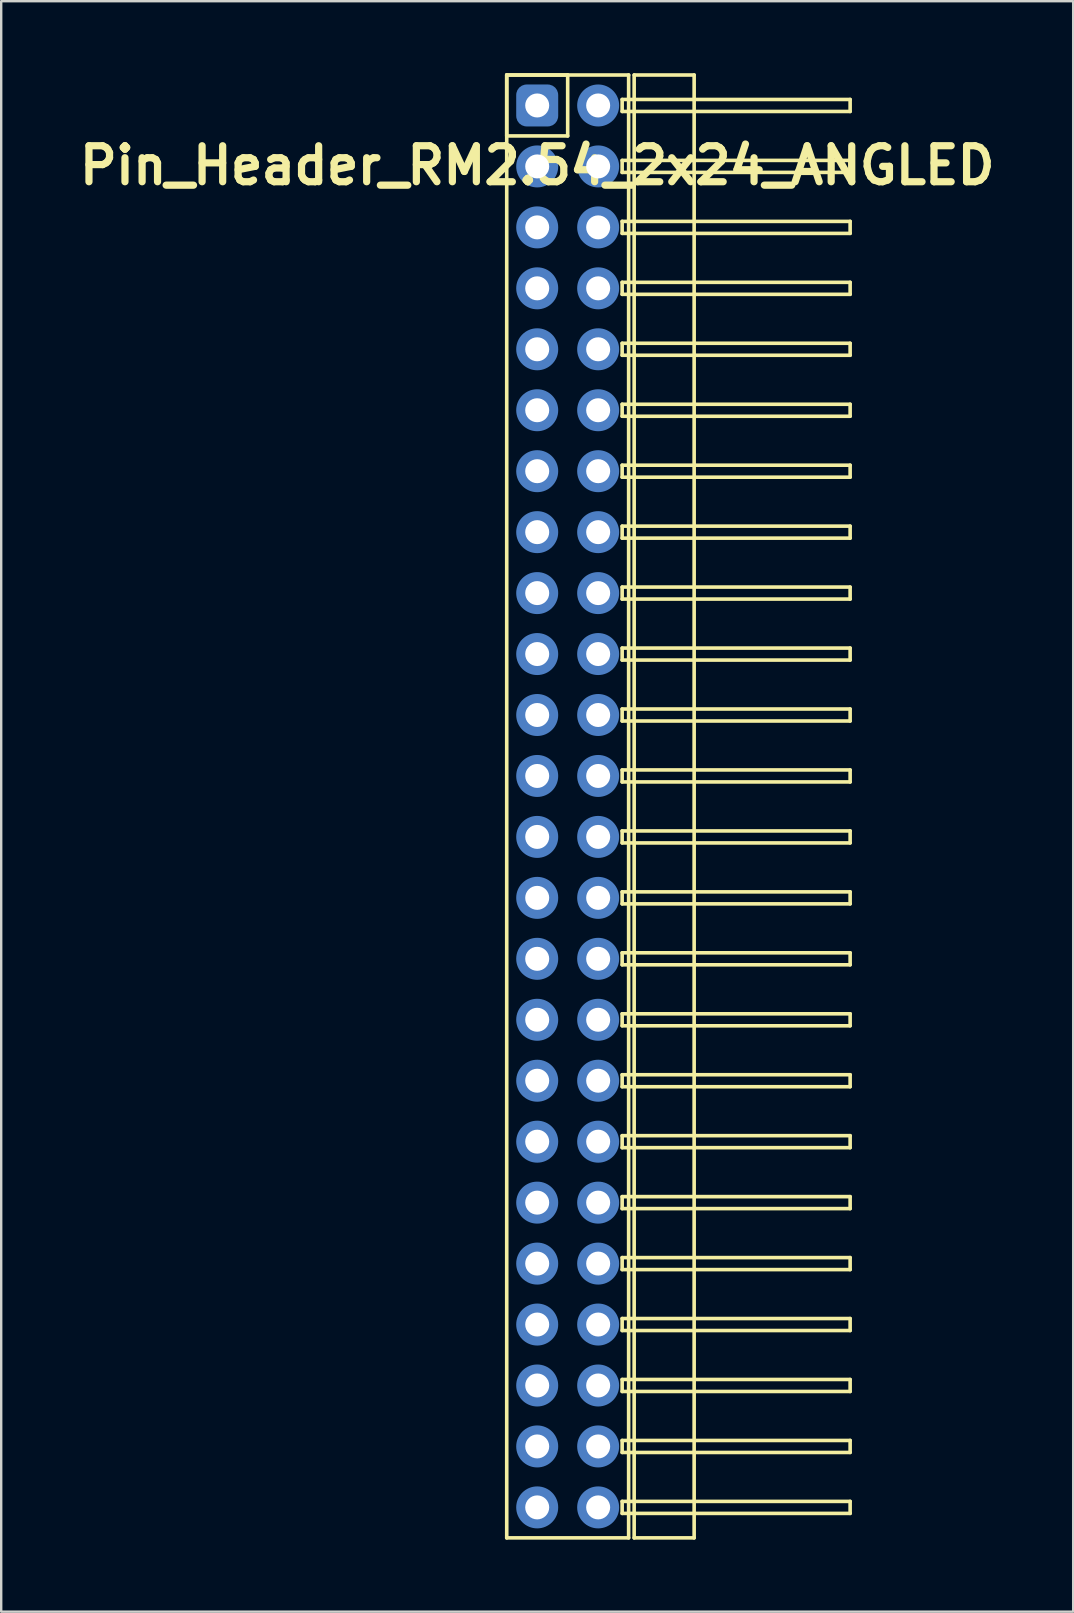
<source format=kicad_pcb>
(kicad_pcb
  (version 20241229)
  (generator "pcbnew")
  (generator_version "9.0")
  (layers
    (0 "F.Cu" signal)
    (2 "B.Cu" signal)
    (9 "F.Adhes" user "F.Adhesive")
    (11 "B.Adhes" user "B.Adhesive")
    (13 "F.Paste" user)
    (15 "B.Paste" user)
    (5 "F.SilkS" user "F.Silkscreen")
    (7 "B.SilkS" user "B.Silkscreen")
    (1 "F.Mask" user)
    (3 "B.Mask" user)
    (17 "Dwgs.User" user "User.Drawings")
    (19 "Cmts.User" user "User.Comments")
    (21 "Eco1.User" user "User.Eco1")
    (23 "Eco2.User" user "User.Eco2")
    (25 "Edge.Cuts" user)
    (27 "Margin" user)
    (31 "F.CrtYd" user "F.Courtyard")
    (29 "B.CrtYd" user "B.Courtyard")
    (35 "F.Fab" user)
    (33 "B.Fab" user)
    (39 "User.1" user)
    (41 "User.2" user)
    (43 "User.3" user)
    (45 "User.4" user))
  (footprint "Pin_Header_RM2.54_2x24_ANGLED"
    (layer "F.Cu")
    (at 19.336 1.345)
    (property "Reference" "Pin_Header_RM2.54_2x24_ANGLED" (at 0 2.5 0) (layer "F.SilkS") (effects (font (size 1.5 1.5) (thickness 0.3))))
    (attr through_hole)
    (fp_line (start -1.27 -1.27) (end 1.27 -1.27) (stroke (width 0.15) (type solid)) (layer "F.SilkS"))
    (fp_line (start -1.27 -1.27) (end 3.81 -1.27) (stroke (width 0.15) (type solid)) (layer "F.SilkS"))
    (fp_line (start -1.27 1.27) (end -1.27 -1.27) (stroke (width 0.15) (type solid)) (layer "F.SilkS"))
    (fp_line (start -1.27 59.69) (end -1.27 -1.27) (stroke (width 0.15) (type solid)) (layer "F.SilkS"))
    (fp_line (start 1.27 -1.27) (end 1.27 1.27) (stroke (width 0.15) (type solid)) (layer "F.SilkS"))
    (fp_line (start 1.27 1.27) (end -1.27 1.27) (stroke (width 0.15) (type solid)) (layer "F.SilkS"))
    (fp_line (start 3.54 -0.25) (end 13.04 -0.25) (stroke (width 0.15) (type solid)) (layer "F.SilkS"))
    (fp_line (start 3.54 0.25) (end 3.54 -0.25) (stroke (width 0.15) (type solid)) (layer "F.SilkS"))
    (fp_line (start 3.54 2.29) (end 13.04 2.29) (stroke (width 0.15) (type solid)) (layer "F.SilkS"))
    (fp_line (start 3.54 2.79) (end 3.54 2.29) (stroke (width 0.15) (type solid)) (layer "F.SilkS"))
    (fp_line (start 3.54 4.83) (end 13.04 4.83) (stroke (width 0.15) (type solid)) (layer "F.SilkS"))
    (fp_line (start 3.54 5.33) (end 3.54 4.83) (stroke (width 0.15) (type solid)) (layer "F.SilkS"))
    (fp_line (start 3.54 7.37) (end 13.04 7.37) (stroke (width 0.15) (type solid)) (layer "F.SilkS"))
    (fp_line (start 3.54 7.87) (end 3.54 7.37) (stroke (width 0.15) (type solid)) (layer "F.SilkS"))
    (fp_line (start 3.54 9.91) (end 13.04 9.91) (stroke (width 0.15) (type solid)) (layer "F.SilkS"))
    (fp_line (start 3.54 10.41) (end 3.54 9.91) (stroke (width 0.15) (type solid)) (layer "F.SilkS"))
    (fp_line (start 3.54 12.45) (end 13.04 12.45) (stroke (width 0.15) (type solid)) (layer "F.SilkS"))
    (fp_line (start 3.54 12.95) (end 3.54 12.45) (stroke (width 0.15) (type solid)) (layer "F.SilkS"))
    (fp_line (start 3.54 14.99) (end 13.04 14.99) (stroke (width 0.15) (type solid)) (layer "F.SilkS"))
    (fp_line (start 3.54 15.49) (end 3.54 14.99) (stroke (width 0.15) (type solid)) (layer "F.SilkS"))
    (fp_line (start 3.54 17.53) (end 13.04 17.53) (stroke (width 0.15) (type solid)) (layer "F.SilkS"))
    (fp_line (start 3.54 18.03) (end 3.54 17.53) (stroke (width 0.15) (type solid)) (layer "F.SilkS"))
    (fp_line (start 3.54 20.07) (end 13.04 20.07) (stroke (width 0.15) (type solid)) (layer "F.SilkS"))
    (fp_line (start 3.54 20.57) (end 3.54 20.07) (stroke (width 0.15) (type solid)) (layer "F.SilkS"))
    (fp_line (start 3.54 22.61) (end 13.04 22.61) (stroke (width 0.15) (type solid)) (layer "F.SilkS"))
    (fp_line (start 3.54 23.11) (end 3.54 22.61) (stroke (width 0.15) (type solid)) (layer "F.SilkS"))
    (fp_line (start 3.54 25.15) (end 13.04 25.15) (stroke (width 0.15) (type solid)) (layer "F.SilkS"))
    (fp_line (start 3.54 25.65) (end 3.54 25.15) (stroke (width 0.15) (type solid)) (layer "F.SilkS"))
    (fp_line (start 3.54 27.69) (end 13.04 27.69) (stroke (width 0.15) (type solid)) (layer "F.SilkS"))
    (fp_line (start 3.54 28.19) (end 3.54 27.69) (stroke (width 0.15) (type solid)) (layer "F.SilkS"))
    (fp_line (start 3.54 30.23) (end 13.04 30.23) (stroke (width 0.15) (type solid)) (layer "F.SilkS"))
    (fp_line (start 3.54 30.73) (end 3.54 30.23) (stroke (width 0.15) (type solid)) (layer "F.SilkS"))
    (fp_line (start 3.54 32.77) (end 13.04 32.77) (stroke (width 0.15) (type solid)) (layer "F.SilkS"))
    (fp_line (start 3.54 33.27) (end 3.54 32.77) (stroke (width 0.15) (type solid)) (layer "F.SilkS"))
    (fp_line (start 3.54 35.31) (end 13.04 35.31) (stroke (width 0.15) (type solid)) (layer "F.SilkS"))
    (fp_line (start 3.54 35.81) (end 3.54 35.31) (stroke (width 0.15) (type solid)) (layer "F.SilkS"))
    (fp_line (start 3.54 37.85) (end 13.04 37.85) (stroke (width 0.15) (type solid)) (layer "F.SilkS"))
    (fp_line (start 3.54 38.35) (end 3.54 37.85) (stroke (width 0.15) (type solid)) (layer "F.SilkS"))
    (fp_line (start 3.54 40.39) (end 13.04 40.39) (stroke (width 0.15) (type solid)) (layer "F.SilkS"))
    (fp_line (start 3.54 40.89) (end 3.54 40.39) (stroke (width 0.15) (type solid)) (layer "F.SilkS"))
    (fp_line (start 3.54 42.93) (end 13.04 42.93) (stroke (width 0.15) (type solid)) (layer "F.SilkS"))
    (fp_line (start 3.54 43.43) (end 3.54 42.93) (stroke (width 0.15) (type solid)) (layer "F.SilkS"))
    (fp_line (start 3.54 45.47) (end 13.04 45.47) (stroke (width 0.15) (type solid)) (layer "F.SilkS"))
    (fp_line (start 3.54 45.97) (end 3.54 45.47) (stroke (width 0.15) (type solid)) (layer "F.SilkS"))
    (fp_line (start 3.54 48.01) (end 13.04 48.01) (stroke (width 0.15) (type solid)) (layer "F.SilkS"))
    (fp_line (start 3.54 48.51) (end 3.54 48.01) (stroke (width 0.15) (type solid)) (layer "F.SilkS"))
    (fp_line (start 3.54 50.55) (end 13.04 50.55) (stroke (width 0.15) (type solid)) (layer "F.SilkS"))
    (fp_line (start 3.54 51.05) (end 3.54 50.55) (stroke (width 0.15) (type solid)) (layer "F.SilkS"))
    (fp_line (start 3.54 53.09) (end 13.04 53.09) (stroke (width 0.15) (type solid)) (layer "F.SilkS"))
    (fp_line (start 3.54 53.59) (end 3.54 53.09) (stroke (width 0.15) (type solid)) (layer "F.SilkS"))
    (fp_line (start 3.54 55.63) (end 13.04 55.63) (stroke (width 0.15) (type solid)) (layer "F.SilkS"))
    (fp_line (start 3.54 56.13) (end 3.54 55.63) (stroke (width 0.15) (type solid)) (layer "F.SilkS"))
    (fp_line (start 3.54 58.17) (end 13.04 58.17) (stroke (width 0.15) (type solid)) (layer "F.SilkS"))
    (fp_line (start 3.54 58.67) (end 3.54 58.17) (stroke (width 0.15) (type solid)) (layer "F.SilkS"))
    (fp_line (start 3.81 -1.27) (end 3.81 59.69) (stroke (width 0.15) (type solid)) (layer "F.SilkS"))
    (fp_line (start 3.81 59.69) (end -1.27 59.69) (stroke (width 0.15) (type solid)) (layer "F.SilkS"))
    (fp_line (start 4.04 -1.27) (end 6.54 -1.27) (stroke (width 0.15) (type solid)) (layer "F.SilkS"))
    (fp_line (start 4.04 59.69) (end 4.04 -1.27) (stroke (width 0.15) (type solid)) (layer "F.SilkS"))
    (fp_line (start 6.54 -1.27) (end 6.54 59.69) (stroke (width 0.15) (type solid)) (layer "F.SilkS"))
    (fp_line (start 6.54 59.69) (end 4.04 59.69) (stroke (width 0.15) (type solid)) (layer "F.SilkS"))
    (fp_line (start 13.04 -0.25) (end 13.04 0.25) (stroke (width 0.15) (type solid)) (layer "F.SilkS"))
    (fp_line (start 13.04 0.25) (end 3.54 0.25) (stroke (width 0.15) (type solid)) (layer "F.SilkS"))
    (fp_line (start 13.04 2.29) (end 13.04 2.79) (stroke (width 0.15) (type solid)) (layer "F.SilkS"))
    (fp_line (start 13.04 2.79) (end 3.54 2.79) (stroke (width 0.15) (type solid)) (layer "F.SilkS"))
    (fp_line (start 13.04 4.83) (end 13.04 5.33) (stroke (width 0.15) (type solid)) (layer "F.SilkS"))
    (fp_line (start 13.04 5.33) (end 3.54 5.33) (stroke (width 0.15) (type solid)) (layer "F.SilkS"))
    (fp_line (start 13.04 7.37) (end 13.04 7.87) (stroke (width 0.15) (type solid)) (layer "F.SilkS"))
    (fp_line (start 13.04 7.87) (end 3.54 7.87) (stroke (width 0.15) (type solid)) (layer "F.SilkS"))
    (fp_line (start 13.04 9.91) (end 13.04 10.41) (stroke (width 0.15) (type solid)) (layer "F.SilkS"))
    (fp_line (start 13.04 10.41) (end 3.54 10.41) (stroke (width 0.15) (type solid)) (layer "F.SilkS"))
    (fp_line (start 13.04 12.45) (end 13.04 12.95) (stroke (width 0.15) (type solid)) (layer "F.SilkS"))
    (fp_line (start 13.04 12.95) (end 3.54 12.95) (stroke (width 0.15) (type solid)) (layer "F.SilkS"))
    (fp_line (start 13.04 14.99) (end 13.04 15.49) (stroke (width 0.15) (type solid)) (layer "F.SilkS"))
    (fp_line (start 13.04 15.49) (end 3.54 15.49) (stroke (width 0.15) (type solid)) (layer "F.SilkS"))
    (fp_line (start 13.04 17.53) (end 13.04 18.03) (stroke (width 0.15) (type solid)) (layer "F.SilkS"))
    (fp_line (start 13.04 18.03) (end 3.54 18.03) (stroke (width 0.15) (type solid)) (layer "F.SilkS"))
    (fp_line (start 13.04 20.07) (end 13.04 20.57) (stroke (width 0.15) (type solid)) (layer "F.SilkS"))
    (fp_line (start 13.04 20.57) (end 3.54 20.57) (stroke (width 0.15) (type solid)) (layer "F.SilkS"))
    (fp_line (start 13.04 22.61) (end 13.04 23.11) (stroke (width 0.15) (type solid)) (layer "F.SilkS"))
    (fp_line (start 13.04 23.11) (end 3.54 23.11) (stroke (width 0.15) (type solid)) (layer "F.SilkS"))
    (fp_line (start 13.04 25.15) (end 13.04 25.65) (stroke (width 0.15) (type solid)) (layer "F.SilkS"))
    (fp_line (start 13.04 25.65) (end 3.54 25.65) (stroke (width 0.15) (type solid)) (layer "F.SilkS"))
    (fp_line (start 13.04 27.69) (end 13.04 28.19) (stroke (width 0.15) (type solid)) (layer "F.SilkS"))
    (fp_line (start 13.04 28.19) (end 3.54 28.19) (stroke (width 0.15) (type solid)) (layer "F.SilkS"))
    (fp_line (start 13.04 30.23) (end 13.04 30.73) (stroke (width 0.15) (type solid)) (layer "F.SilkS"))
    (fp_line (start 13.04 30.73) (end 3.54 30.73) (stroke (width 0.15) (type solid)) (layer "F.SilkS"))
    (fp_line (start 13.04 32.77) (end 13.04 33.27) (stroke (width 0.15) (type solid)) (layer "F.SilkS"))
    (fp_line (start 13.04 33.27) (end 3.54 33.27) (stroke (width 0.15) (type solid)) (layer "F.SilkS"))
    (fp_line (start 13.04 35.31) (end 13.04 35.81) (stroke (width 0.15) (type solid)) (layer "F.SilkS"))
    (fp_line (start 13.04 35.81) (end 3.54 35.81) (stroke (width 0.15) (type solid)) (layer "F.SilkS"))
    (fp_line (start 13.04 37.85) (end 13.04 38.35) (stroke (width 0.15) (type solid)) (layer "F.SilkS"))
    (fp_line (start 13.04 38.35) (end 3.54 38.35) (stroke (width 0.15) (type solid)) (layer "F.SilkS"))
    (fp_line (start 13.04 40.39) (end 13.04 40.89) (stroke (width 0.15) (type solid)) (layer "F.SilkS"))
    (fp_line (start 13.04 40.89) (end 3.54 40.89) (stroke (width 0.15) (type solid)) (layer "F.SilkS"))
    (fp_line (start 13.04 42.93) (end 13.04 43.43) (stroke (width 0.15) (type solid)) (layer "F.SilkS"))
    (fp_line (start 13.04 43.43) (end 3.54 43.43) (stroke (width 0.15) (type solid)) (layer "F.SilkS"))
    (fp_line (start 13.04 45.47) (end 13.04 45.97) (stroke (width 0.15) (type solid)) (layer "F.SilkS"))
    (fp_line (start 13.04 45.97) (end 3.54 45.97) (stroke (width 0.15) (type solid)) (layer "F.SilkS"))
    (fp_line (start 13.04 48.01) (end 13.04 48.51) (stroke (width 0.15) (type solid)) (layer "F.SilkS"))
    (fp_line (start 13.04 48.51) (end 3.54 48.51) (stroke (width 0.15) (type solid)) (layer "F.SilkS"))
    (fp_line (start 13.04 50.55) (end 13.04 51.05) (stroke (width 0.15) (type solid)) (layer "F.SilkS"))
    (fp_line (start 13.04 51.05) (end 3.54 51.05) (stroke (width 0.15) (type solid)) (layer "F.SilkS"))
    (fp_line (start 13.04 53.09) (end 13.04 53.59) (stroke (width 0.15) (type solid)) (layer "F.SilkS"))
    (fp_line (start 13.04 53.59) (end 3.54 53.59) (stroke (width 0.15) (type solid)) (layer "F.SilkS"))
    (fp_line (start 13.04 55.63) (end 13.04 56.13) (stroke (width 0.15) (type solid)) (layer "F.SilkS"))
    (fp_line (start 13.04 56.13) (end 3.54 56.13) (stroke (width 0.15) (type solid)) (layer "F.SilkS"))
    (fp_line (start 13.04 58.17) (end 13.04 58.67) (stroke (width 0.15) (type solid)) (layer "F.SilkS"))
    (fp_line (start 13.04 58.67) (end 3.54 58.67) (stroke (width 0.15) (type solid)) (layer "F.SilkS"))
    (pad "1" thru_hole circle (at 0 0) (size 1.3 1.3) (drill 1) (layers "*.Cu" "*.Mask"))
    (pad "1" smd roundrect (at 0 0) (size 1.5 1.5) (layers "F.Cu" "F.Mask") (roundrect_rratio 0.25))
    (pad "1" smd roundrect (at 0 0) (size 1.75 1.75) (layers "B.Cu" "B.Mask") (roundrect_rratio 0.25))
    (pad "2" thru_hole circle (at 2.54 0) (size 1.3 1.3) (drill 1) (layers "*.Cu" "*.Mask"))
    (pad "2" smd circle (at 2.54 0) (size 1.5 1.5) (layers "F.Cu" "F.Mask"))
    (pad "2" smd circle (at 2.54 0) (size 1.75 1.75) (layers "B.Cu" "B.Mask"))
    (pad "3" thru_hole circle (at 0 2.54) (size 1.3 1.3) (drill 1) (layers "*.Cu" "*.Mask"))
    (pad "3" smd circle (at 0 2.54) (size 1.5 1.5) (layers "F.Cu" "F.Mask"))
    (pad "3" smd circle (at 0 2.54) (size 1.75 1.75) (layers "B.Cu" "B.Mask"))
    (pad "4" thru_hole circle (at 2.54 2.54) (size 1.3 1.3) (drill 1) (layers "*.Cu" "*.Mask"))
    (pad "4" smd circle (at 2.54 2.54) (size 1.5 1.5) (layers "F.Cu" "F.Mask"))
    (pad "4" smd circle (at 2.54 2.54) (size 1.75 1.75) (layers "B.Cu" "B.Mask"))
    (pad "5" thru_hole circle (at 0 5.08) (size 1.3 1.3) (drill 1) (layers "*.Cu" "*.Mask"))
    (pad "5" smd circle (at 0 5.08) (size 1.5 1.5) (layers "F.Cu" "F.Mask"))
    (pad "5" smd circle (at 0 5.08) (size 1.75 1.75) (layers "B.Cu" "B.Mask"))
    (pad "6" thru_hole circle (at 2.54 5.08) (size 1.3 1.3) (drill 1) (layers "*.Cu" "*.Mask"))
    (pad "6" smd circle (at 2.54 5.08) (size 1.5 1.5) (layers "F.Cu" "F.Mask"))
    (pad "6" smd circle (at 2.54 5.08) (size 1.75 1.75) (layers "B.Cu" "B.Mask"))
    (pad "7" thru_hole circle (at 0 7.62) (size 1.3 1.3) (drill 1) (layers "*.Cu" "*.Mask"))
    (pad "7" smd circle (at 0 7.62) (size 1.5 1.5) (layers "F.Cu" "F.Mask"))
    (pad "7" smd circle (at 0 7.62) (size 1.75 1.75) (layers "B.Cu" "B.Mask"))
    (pad "8" thru_hole circle (at 2.54 7.62) (size 1.3 1.3) (drill 1) (layers "*.Cu" "*.Mask"))
    (pad "8" smd circle (at 2.54 7.62) (size 1.5 1.5) (layers "F.Cu" "F.Mask"))
    (pad "8" smd circle (at 2.54 7.62) (size 1.75 1.75) (layers "B.Cu" "B.Mask"))
    (pad "9" thru_hole circle (at 0 10.16) (size 1.3 1.3) (drill 1) (layers "*.Cu" "*.Mask"))
    (pad "9" smd circle (at 0 10.16) (size 1.5 1.5) (layers "F.Cu" "F.Mask"))
    (pad "9" smd circle (at 0 10.16) (size 1.75 1.75) (layers "B.Cu" "B.Mask"))
    (pad "10" thru_hole circle (at 2.54 10.16) (size 1.3 1.3) (drill 1) (layers "*.Cu" "*.Mask"))
    (pad "10" smd circle (at 2.54 10.16) (size 1.5 1.5) (layers "F.Cu" "F.Mask"))
    (pad "10" smd circle (at 2.54 10.16) (size 1.75 1.75) (layers "B.Cu" "B.Mask"))
    (pad "11" thru_hole circle (at 0 12.7) (size 1.3 1.3) (drill 1) (layers "*.Cu" "*.Mask"))
    (pad "11" smd circle (at 0 12.7) (size 1.5 1.5) (layers "F.Cu" "F.Mask"))
    (pad "11" smd circle (at 0 12.7) (size 1.75 1.75) (layers "B.Cu" "B.Mask"))
    (pad "12" thru_hole circle (at 2.54 12.7) (size 1.3 1.3) (drill 1) (layers "*.Cu" "*.Mask"))
    (pad "12" smd circle (at 2.54 12.7) (size 1.5 1.5) (layers "F.Cu" "F.Mask"))
    (pad "12" smd circle (at 2.54 12.7) (size 1.75 1.75) (layers "B.Cu" "B.Mask"))
    (pad "13" thru_hole circle (at 0 15.24) (size 1.3 1.3) (drill 1) (layers "*.Cu" "*.Mask"))
    (pad "13" smd circle (at 0 15.24) (size 1.5 1.5) (layers "F.Cu" "F.Mask"))
    (pad "13" smd circle (at 0 15.24) (size 1.75 1.75) (layers "B.Cu" "B.Mask"))
    (pad "14" thru_hole circle (at 2.54 15.24) (size 1.3 1.3) (drill 1) (layers "*.Cu" "*.Mask"))
    (pad "14" smd circle (at 2.54 15.24) (size 1.5 1.5) (layers "F.Cu" "F.Mask"))
    (pad "14" smd circle (at 2.54 15.24) (size 1.75 1.75) (layers "B.Cu" "B.Mask"))
    (pad "15" thru_hole circle (at 0 17.78) (size 1.3 1.3) (drill 1) (layers "*.Cu" "*.Mask"))
    (pad "15" smd circle (at 0 17.78) (size 1.5 1.5) (layers "F.Cu" "F.Mask"))
    (pad "15" smd circle (at 0 17.78) (size 1.75 1.75) (layers "B.Cu" "B.Mask"))
    (pad "16" thru_hole circle (at 2.54 17.78) (size 1.3 1.3) (drill 1) (layers "*.Cu" "*.Mask"))
    (pad "16" smd circle (at 2.54 17.78) (size 1.5 1.5) (layers "F.Cu" "F.Mask"))
    (pad "16" smd circle (at 2.54 17.78) (size 1.75 1.75) (layers "B.Cu" "B.Mask"))
    (pad "17" thru_hole circle (at 0 20.32) (size 1.3 1.3) (drill 1) (layers "*.Cu" "*.Mask"))
    (pad "17" smd circle (at 0 20.32) (size 1.5 1.5) (layers "F.Cu" "F.Mask"))
    (pad "17" smd circle (at 0 20.32) (size 1.75 1.75) (layers "B.Cu" "B.Mask"))
    (pad "18" thru_hole circle (at 2.54 20.32) (size 1.3 1.3) (drill 1) (layers "*.Cu" "*.Mask"))
    (pad "18" smd circle (at 2.54 20.32) (size 1.5 1.5) (layers "F.Cu" "F.Mask"))
    (pad "18" smd circle (at 2.54 20.32) (size 1.75 1.75) (layers "B.Cu" "B.Mask"))
    (pad "19" thru_hole circle (at 0 22.86) (size 1.3 1.3) (drill 1) (layers "*.Cu" "*.Mask"))
    (pad "19" smd circle (at 0 22.86) (size 1.5 1.5) (layers "F.Cu" "F.Mask"))
    (pad "19" smd circle (at 0 22.86) (size 1.75 1.75) (layers "B.Cu" "B.Mask"))
    (pad "20" thru_hole circle (at 2.54 22.86) (size 1.3 1.3) (drill 1) (layers "*.Cu" "*.Mask"))
    (pad "20" smd circle (at 2.54 22.86) (size 1.5 1.5) (layers "F.Cu" "F.Mask"))
    (pad "20" smd circle (at 2.54 22.86) (size 1.75 1.75) (layers "B.Cu" "B.Mask"))
    (pad "21" thru_hole circle (at 0 25.4) (size 1.3 1.3) (drill 1) (layers "*.Cu" "*.Mask"))
    (pad "21" smd circle (at 0 25.4) (size 1.5 1.5) (layers "F.Cu" "F.Mask"))
    (pad "21" smd circle (at 0 25.4) (size 1.75 1.75) (layers "B.Cu" "B.Mask"))
    (pad "22" thru_hole circle (at 2.54 25.4) (size 1.3 1.3) (drill 1) (layers "*.Cu" "*.Mask"))
    (pad "22" smd circle (at 2.54 25.4) (size 1.5 1.5) (layers "F.Cu" "F.Mask"))
    (pad "22" smd circle (at 2.54 25.4) (size 1.75 1.75) (layers "B.Cu" "B.Mask"))
    (pad "23" thru_hole circle (at 0 27.94) (size 1.3 1.3) (drill 1) (layers "*.Cu" "*.Mask"))
    (pad "23" smd circle (at 0 27.94) (size 1.5 1.5) (layers "F.Cu" "F.Mask"))
    (pad "23" smd circle (at 0 27.94) (size 1.75 1.75) (layers "B.Cu" "B.Mask"))
    (pad "24" thru_hole circle (at 2.54 27.94) (size 1.3 1.3) (drill 1) (layers "*.Cu" "*.Mask"))
    (pad "24" smd circle (at 2.54 27.94) (size 1.5 1.5) (layers "F.Cu" "F.Mask"))
    (pad "24" smd circle (at 2.54 27.94) (size 1.75 1.75) (layers "B.Cu" "B.Mask"))
    (pad "25" thru_hole circle (at 0 30.48) (size 1.3 1.3) (drill 1) (layers "*.Cu" "*.Mask"))
    (pad "25" smd circle (at 0 30.48) (size 1.5 1.5) (layers "F.Cu" "F.Mask"))
    (pad "25" smd circle (at 0 30.48) (size 1.75 1.75) (layers "B.Cu" "B.Mask"))
    (pad "26" thru_hole circle (at 2.54 30.48) (size 1.3 1.3) (drill 1) (layers "*.Cu" "*.Mask"))
    (pad "26" smd circle (at 2.54 30.48) (size 1.5 1.5) (layers "F.Cu" "F.Mask"))
    (pad "26" smd circle (at 2.54 30.48) (size 1.75 1.75) (layers "B.Cu" "B.Mask"))
    (pad "27" thru_hole circle (at 0 33.02) (size 1.3 1.3) (drill 1) (layers "*.Cu" "*.Mask"))
    (pad "27" smd circle (at 0 33.02) (size 1.5 1.5) (layers "F.Cu" "F.Mask"))
    (pad "27" smd circle (at 0 33.02) (size 1.75 1.75) (layers "B.Cu" "B.Mask"))
    (pad "28" thru_hole circle (at 2.54 33.02) (size 1.3 1.3) (drill 1) (layers "*.Cu" "*.Mask"))
    (pad "28" smd circle (at 2.54 33.02) (size 1.5 1.5) (layers "F.Cu" "F.Mask"))
    (pad "28" smd circle (at 2.54 33.02) (size 1.75 1.75) (layers "B.Cu" "B.Mask"))
    (pad "29" thru_hole circle (at 0 35.56) (size 1.3 1.3) (drill 1) (layers "*.Cu" "*.Mask"))
    (pad "29" smd circle (at 0 35.56) (size 1.5 1.5) (layers "F.Cu" "F.Mask"))
    (pad "29" smd circle (at 0 35.56) (size 1.75 1.75) (layers "B.Cu" "B.Mask"))
    (pad "30" thru_hole circle (at 2.54 35.56) (size 1.3 1.3) (drill 1) (layers "*.Cu" "*.Mask"))
    (pad "30" smd circle (at 2.54 35.56) (size 1.5 1.5) (layers "F.Cu" "F.Mask"))
    (pad "30" smd circle (at 2.54 35.56) (size 1.75 1.75) (layers "B.Cu" "B.Mask"))
    (pad "31" thru_hole circle (at 0 38.1) (size 1.3 1.3) (drill 1) (layers "*.Cu" "*.Mask"))
    (pad "31" smd circle (at 0 38.1) (size 1.5 1.5) (layers "F.Cu" "F.Mask"))
    (pad "31" smd circle (at 0 38.1) (size 1.75 1.75) (layers "B.Cu" "B.Mask"))
    (pad "32" thru_hole circle (at 2.54 38.1) (size 1.3 1.3) (drill 1) (layers "*.Cu" "*.Mask"))
    (pad "32" smd circle (at 2.54 38.1) (size 1.5 1.5) (layers "F.Cu" "F.Mask"))
    (pad "32" smd circle (at 2.54 38.1) (size 1.75 1.75) (layers "B.Cu" "B.Mask"))
    (pad "33" thru_hole circle (at 0 40.64) (size 1.3 1.3) (drill 1) (layers "*.Cu" "*.Mask"))
    (pad "33" smd circle (at 0 40.64) (size 1.5 1.5) (layers "F.Cu" "F.Mask"))
    (pad "33" smd circle (at 0 40.64) (size 1.75 1.75) (layers "B.Cu" "B.Mask"))
    (pad "34" thru_hole circle (at 2.54 40.64) (size 1.3 1.3) (drill 1) (layers "*.Cu" "*.Mask"))
    (pad "34" smd circle (at 2.54 40.64) (size 1.5 1.5) (layers "F.Cu" "F.Mask"))
    (pad "34" smd circle (at 2.54 40.64) (size 1.75 1.75) (layers "B.Cu" "B.Mask"))
    (pad "35" thru_hole circle (at 0 43.18) (size 1.3 1.3) (drill 1) (layers "*.Cu" "*.Mask"))
    (pad "35" smd circle (at 0 43.18) (size 1.5 1.5) (layers "F.Cu" "F.Mask"))
    (pad "35" smd circle (at 0 43.18) (size 1.75 1.75) (layers "B.Cu" "B.Mask"))
    (pad "36" thru_hole circle (at 2.54 43.18) (size 1.3 1.3) (drill 1) (layers "*.Cu" "*.Mask"))
    (pad "36" smd circle (at 2.54 43.18) (size 1.5 1.5) (layers "F.Cu" "F.Mask"))
    (pad "36" smd circle (at 2.54 43.18) (size 1.75 1.75) (layers "B.Cu" "B.Mask"))
    (pad "37" thru_hole circle (at 0 45.72) (size 1.3 1.3) (drill 1) (layers "*.Cu" "*.Mask"))
    (pad "37" smd circle (at 0 45.72) (size 1.5 1.5) (layers "F.Cu" "F.Mask"))
    (pad "37" smd circle (at 0 45.72) (size 1.75 1.75) (layers "B.Cu" "B.Mask"))
    (pad "38" thru_hole circle (at 2.54 45.72) (size 1.3 1.3) (drill 1) (layers "*.Cu" "*.Mask"))
    (pad "38" smd circle (at 2.54 45.72) (size 1.5 1.5) (layers "F.Cu" "F.Mask"))
    (pad "38" smd circle (at 2.54 45.72) (size 1.75 1.75) (layers "B.Cu" "B.Mask"))
    (pad "39" thru_hole circle (at 0 48.26) (size 1.3 1.3) (drill 1) (layers "*.Cu" "*.Mask"))
    (pad "39" smd circle (at 0 48.26) (size 1.5 1.5) (layers "F.Cu" "F.Mask"))
    (pad "39" smd circle (at 0 48.26) (size 1.75 1.75) (layers "B.Cu" "B.Mask"))
    (pad "40" thru_hole circle (at 2.54 48.26) (size 1.3 1.3) (drill 1) (layers "*.Cu" "*.Mask"))
    (pad "40" smd circle (at 2.54 48.26) (size 1.5 1.5) (layers "F.Cu" "F.Mask"))
    (pad "40" smd circle (at 2.54 48.26) (size 1.75 1.75) (layers "B.Cu" "B.Mask"))
    (pad "41" thru_hole circle (at 0 50.8) (size 1.3 1.3) (drill 1) (layers "*.Cu" "*.Mask"))
    (pad "41" smd circle (at 0 50.8) (size 1.5 1.5) (layers "F.Cu" "F.Mask"))
    (pad "41" smd circle (at 0 50.8) (size 1.75 1.75) (layers "B.Cu" "B.Mask"))
    (pad "42" thru_hole circle (at 2.54 50.8) (size 1.3 1.3) (drill 1) (layers "*.Cu" "*.Mask"))
    (pad "42" smd circle (at 2.54 50.8) (size 1.5 1.5) (layers "F.Cu" "F.Mask"))
    (pad "42" smd circle (at 2.54 50.8) (size 1.75 1.75) (layers "B.Cu" "B.Mask"))
    (pad "43" thru_hole circle (at 0 53.34) (size 1.3 1.3) (drill 1) (layers "*.Cu" "*.Mask"))
    (pad "43" smd circle (at 0 53.34) (size 1.5 1.5) (layers "F.Cu" "F.Mask"))
    (pad "43" smd circle (at 0 53.34) (size 1.75 1.75) (layers "B.Cu" "B.Mask"))
    (pad "44" thru_hole circle (at 2.54 53.34) (size 1.3 1.3) (drill 1) (layers "*.Cu" "*.Mask"))
    (pad "44" smd circle (at 2.54 53.34) (size 1.5 1.5) (layers "F.Cu" "F.Mask"))
    (pad "44" smd circle (at 2.54 53.34) (size 1.75 1.75) (layers "B.Cu" "B.Mask"))
    (pad "45" thru_hole circle (at 0 55.88) (size 1.3 1.3) (drill 1) (layers "*.Cu" "*.Mask"))
    (pad "45" smd circle (at 0 55.88) (size 1.5 1.5) (layers "F.Cu" "F.Mask"))
    (pad "45" smd circle (at 0 55.88) (size 1.75 1.75) (layers "B.Cu" "B.Mask"))
    (pad "46" thru_hole circle (at 2.54 55.88) (size 1.3 1.3) (drill 1) (layers "*.Cu" "*.Mask"))
    (pad "46" smd circle (at 2.54 55.88) (size 1.5 1.5) (layers "F.Cu" "F.Mask"))
    (pad "46" smd circle (at 2.54 55.88) (size 1.75 1.75) (layers "B.Cu" "B.Mask"))
    (pad "47" thru_hole circle (at 0 58.42) (size 1.3 1.3) (drill 1) (layers "*.Cu" "*.Mask"))
    (pad "47" smd circle (at 0 58.42) (size 1.5 1.5) (layers "F.Cu" "F.Mask"))
    (pad "47" smd circle (at 0 58.42) (size 1.75 1.75) (layers "B.Cu" "B.Mask"))
    (pad "48" thru_hole circle (at 2.54 58.42) (size 1.3 1.3) (drill 1) (layers "*.Cu" "*.Mask"))
    (pad "48" smd circle (at 2.54 58.42) (size 1.5 1.5) (layers "F.Cu" "F.Mask"))
    (pad "48" smd circle (at 2.54 58.42) (size 1.75 1.75) (layers "B.Cu" "B.Mask")))
  (gr_rect
    (start -3 -3)
    (end 41.671 64.11)
    (stroke (width 0.1) (type default))
    (fill no)
    (layer "Edge.Cuts")))
</source>
